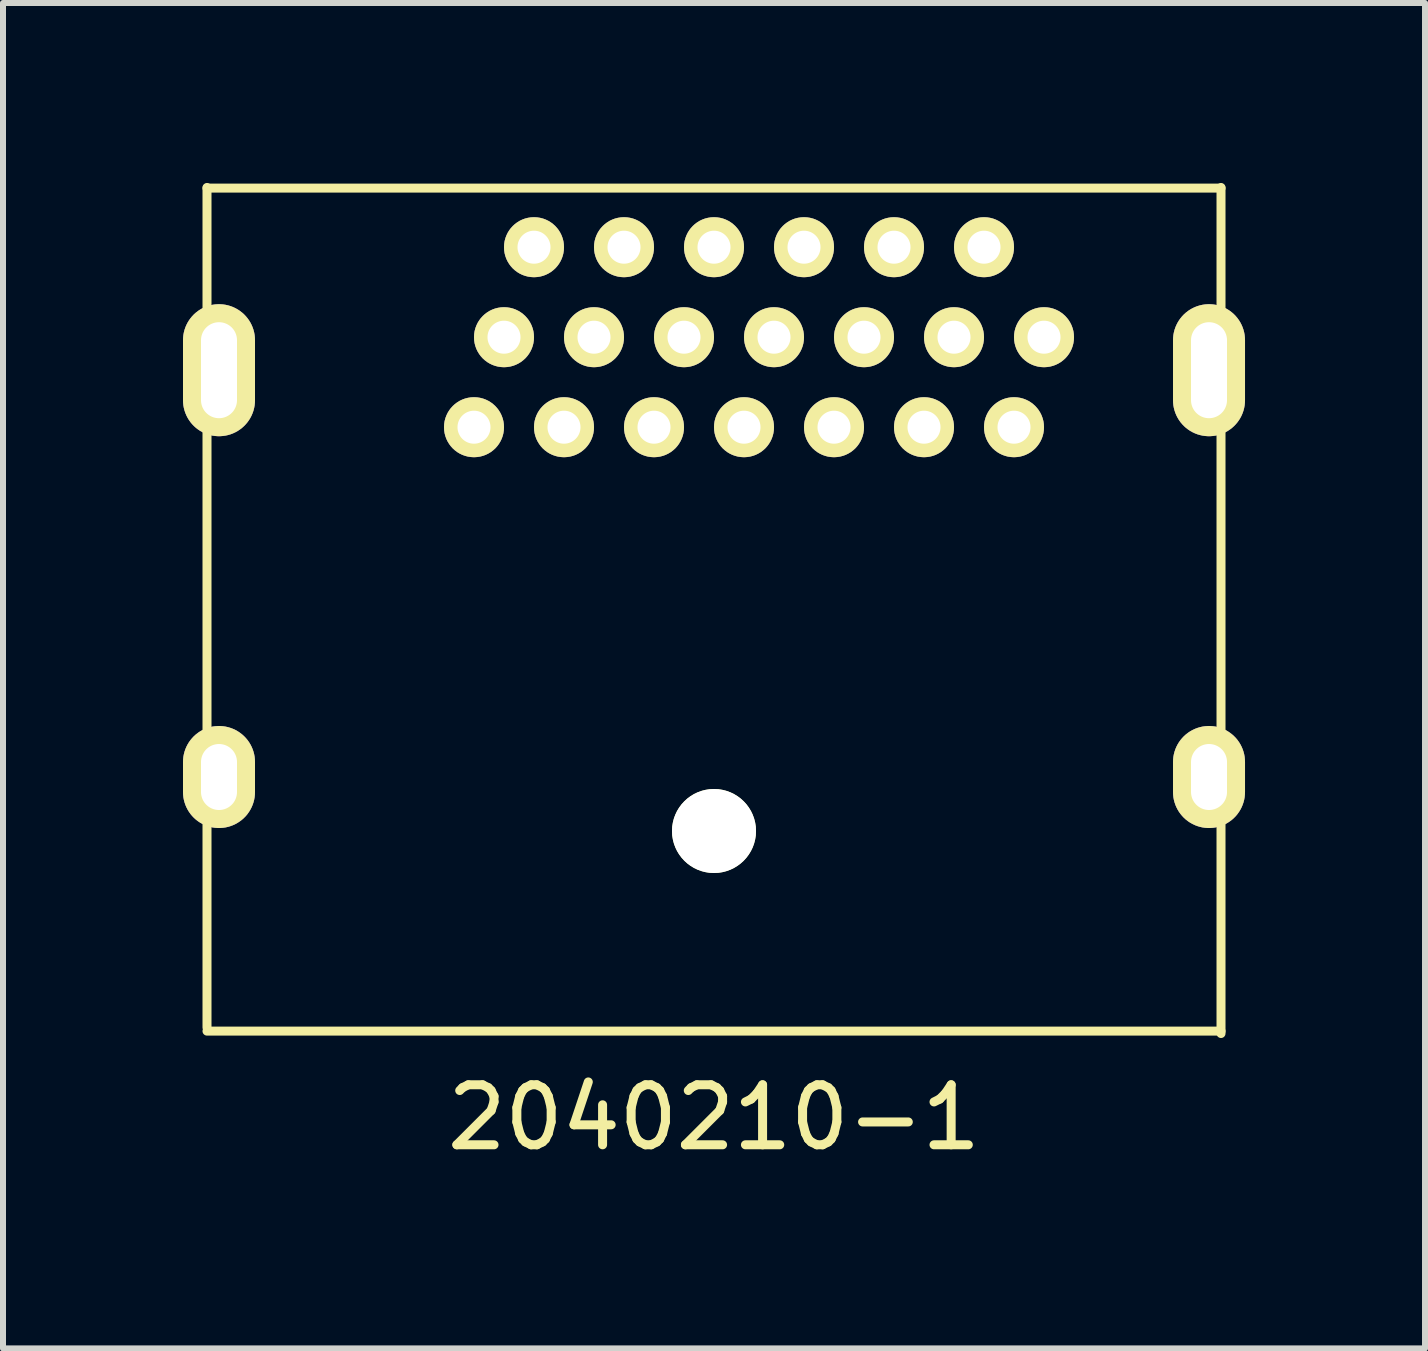
<source format=kicad_pcb>
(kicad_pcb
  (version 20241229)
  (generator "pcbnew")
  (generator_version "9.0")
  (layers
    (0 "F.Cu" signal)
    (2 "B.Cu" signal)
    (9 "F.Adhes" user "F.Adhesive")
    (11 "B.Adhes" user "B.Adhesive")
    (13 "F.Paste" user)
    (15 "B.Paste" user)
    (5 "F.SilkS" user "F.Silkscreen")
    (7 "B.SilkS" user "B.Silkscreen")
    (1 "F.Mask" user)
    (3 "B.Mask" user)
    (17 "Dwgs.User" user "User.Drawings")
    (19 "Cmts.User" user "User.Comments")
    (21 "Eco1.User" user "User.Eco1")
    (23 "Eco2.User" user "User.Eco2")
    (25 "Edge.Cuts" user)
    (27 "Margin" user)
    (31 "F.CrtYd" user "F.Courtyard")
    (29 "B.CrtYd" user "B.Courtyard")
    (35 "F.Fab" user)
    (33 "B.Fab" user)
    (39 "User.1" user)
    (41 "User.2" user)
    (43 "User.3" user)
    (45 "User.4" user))
  (footprint "2040210-1"
    (layer "F.Cu")
    (at 8.85 7.575)
    (property "Reference" "2040210-1" (at 0 8 0) (layer "F.SilkS") (effects (font (size 1 1) (thickness 0.15))))
    (attr through_hole)
    (fp_line (start -8.45 -7.5) (end -8.45 6.5) (stroke (width 0.15) (type solid)) (layer "F.SilkS"))
    (fp_line (start -8.45 -7.49) (end 8.45 -7.49) (stroke (width 0.15) (type solid)) (layer "F.SilkS"))
    (fp_line (start -8.45 6.56) (end 8.45 6.56) (stroke (width 0.15) (type solid)) (layer "F.SilkS"))
    (fp_line (start 8.45 6.6) (end 8.45 -7.5) (stroke (width 0.15) (type solid)) (layer "F.SilkS"))
    (pad "" np_thru_hole circle (at 0 3.225) (size 1.4 1.4) (drill 1.4) (layers "*.Cu" "*.Mask" "F.SilkS"))
    (pad "1" thru_hole circle (at 5.5 -5.005) (size 1 1) (drill 0.55) (layers "*.Cu" "*.Mask" "F.SilkS"))
    (pad "2" thru_hole circle (at 5 -3.505) (size 1 1) (drill 0.55) (layers "*.Cu" "*.Mask" "F.SilkS"))
    (pad "3" thru_hole circle (at 4.5 -6.505) (size 1 1) (drill 0.55) (layers "*.Cu" "*.Mask" "F.SilkS"))
    (pad "4" thru_hole circle (at 4 -5.005) (size 1 1) (drill 0.55) (layers "*.Cu" "*.Mask" "F.SilkS"))
    (pad "5" thru_hole circle (at 3.5 -3.505) (size 1 1) (drill 0.55) (layers "*.Cu" "*.Mask" "F.SilkS"))
    (pad "6" thru_hole circle (at 3 -6.505) (size 1 1) (drill 0.55) (layers "*.Cu" "*.Mask" "F.SilkS"))
    (pad "7" thru_hole circle (at 2.5 -5.005) (size 1 1) (drill 0.55) (layers "*.Cu" "*.Mask" "F.SilkS"))
    (pad "8" thru_hole circle (at 2 -3.505) (size 1 1) (drill 0.55) (layers "*.Cu" "*.Mask" "F.SilkS"))
    (pad "9" thru_hole circle (at 1.5 -6.505) (size 1 1) (drill 0.55) (layers "*.Cu" "*.Mask" "F.SilkS"))
    (pad "10" thru_hole circle (at 1 -5.005) (size 1 1) (drill 0.55) (layers "*.Cu" "*.Mask" "F.SilkS"))
    (pad "11" thru_hole circle (at 0.5 -3.505) (size 1 1) (drill 0.55) (layers "*.Cu" "*.Mask" "F.SilkS"))
    (pad "12" thru_hole circle (at 0 -6.505) (size 1 1) (drill 0.55) (layers "*.Cu" "*.Mask" "F.SilkS"))
    (pad "13" thru_hole circle (at -0.5 -5.005) (size 1 1) (drill 0.55) (layers "*.Cu" "*.Mask" "F.SilkS"))
    (pad "14" thru_hole circle (at -1 -3.505) (size 1 1) (drill 0.55) (layers "*.Cu" "*.Mask" "F.SilkS"))
    (pad "15" thru_hole circle (at -1.5 -6.505) (size 1 1) (drill 0.55) (layers "*.Cu" "*.Mask" "F.SilkS"))
    (pad "16" thru_hole circle (at -2 -5.005) (size 1 1) (drill 0.55) (layers "*.Cu" "*.Mask" "F.SilkS"))
    (pad "17" thru_hole circle (at -2.5 -3.505) (size 1 1) (drill 0.55) (layers "*.Cu" "*.Mask" "F.SilkS"))
    (pad "18" thru_hole circle (at -3 -6.505) (size 1 1) (drill 0.55) (layers "*.Cu" "*.Mask" "F.SilkS"))
    (pad "19" thru_hole circle (at -3.5 -5.005) (size 1 1) (drill 0.55) (layers "*.Cu" "*.Mask" "F.SilkS"))
    (pad "20" thru_hole circle (at -4 -3.505) (size 1 1) (drill 0.55) (layers "*.Cu" "*.Mask" "F.SilkS"))
    (pad "21" thru_hole oval (at -8.25 2.325) (size 1.2 1.7) (drill oval 0.6 1.1) (layers "*.Cu" "*.Mask" "F.SilkS"))
    (pad "22" thru_hole oval (at 8.25 2.325) (size 1.2 1.7) (drill oval 0.6 1.1) (layers "*.Cu" "*.Mask" "F.SilkS"))
    (pad "23" thru_hole oval (at -8.25 -4.455) (size 1.2 2.2) (drill oval 0.6 1.6) (layers "*.Cu" "*.Mask" "F.SilkS"))
    (pad "24" thru_hole oval (at 8.25 -4.455) (size 1.2 2.2) (drill oval 0.6 1.6) (layers "*.Cu" "*.Mask" "F.SilkS")))
  (gr_rect
    (start -3 -3)
    (end 20.7 19.423)
    (stroke (width 0.1) (type default))
    (fill no)
    (layer "Edge.Cuts")))
</source>
